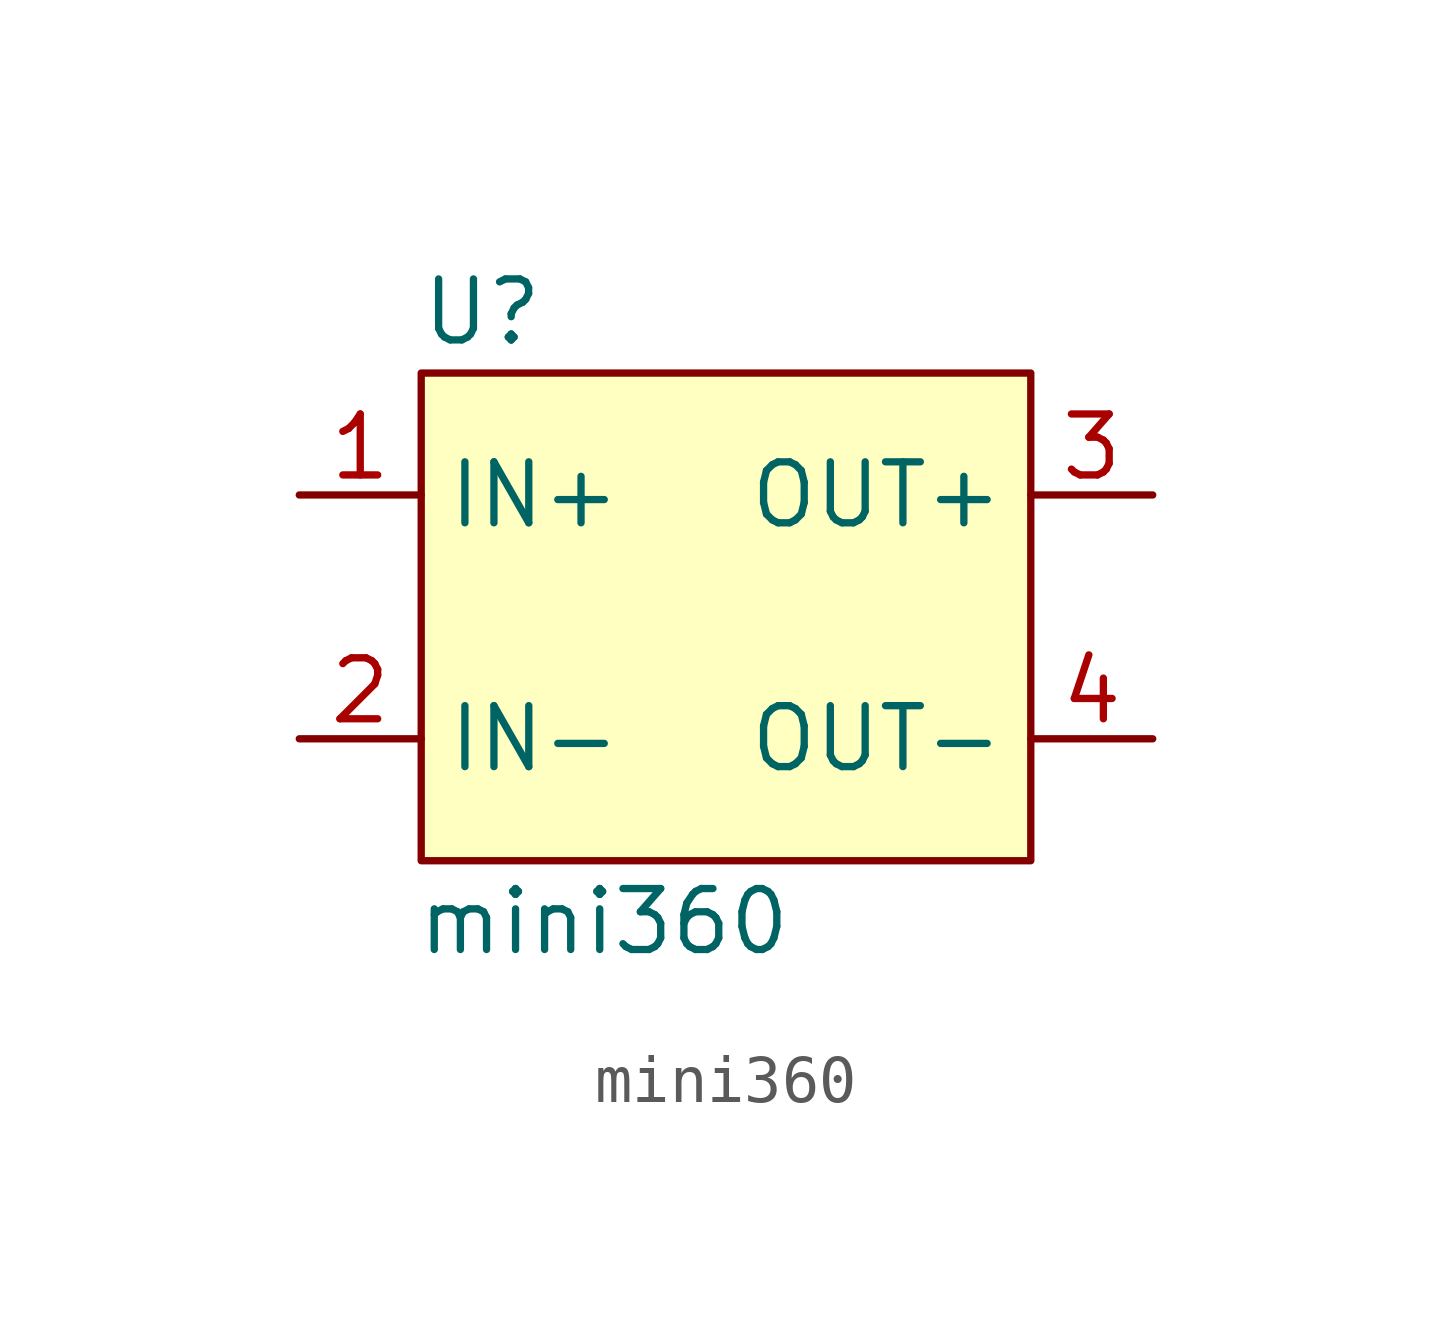
<source format=kicad_sym>
(kicad_symbol_lib
  (version 20211014)
  (generator kicad_symbol_editor)
  (symbol "mini360"
    (property "Reference" "U"
      (at 1.27 11.43 0)
      (effects (font (size 1.27 1.27))))
    (property "Value" "mini360"
      (at 3.81 -1.27 0)
      (effects (font (size 1.27 1.27))))
    (symbol "mini360_0_1"
      (rectangle (start 0 10.16) (end 12.7 0) (stroke (width 0) (type default) (color 0 0 0 0)) (fill (type background))))
    (symbol "mini360_1_1"
      (pin input line (at -2.54 7.62 0) (length 2.54) (name "IN+" (effects (font (size 1.27 1.27)))) (number "1" (effects (font (size 1.27 1.27)))))
      (pin input line (at -2.54 2.54 0) (length 2.54) (name "IN-" (effects (font (size 1.27 1.27)))) (number "2" (effects (font (size 1.27 1.27)))))
      (pin output line (at 15.24 7.62 180) (length 2.54) (name "OUT+" (effects (font (size 1.27 1.27)))) (number "3" (effects (font (size 1.27 1.27)))))
      (pin output line (at 15.24 2.54 180) (length 2.54) (name "OUT-" (effects (font (size 1.27 1.27)))) (number "4" (effects (font (size 1.27 1.27))))))))
</source>
